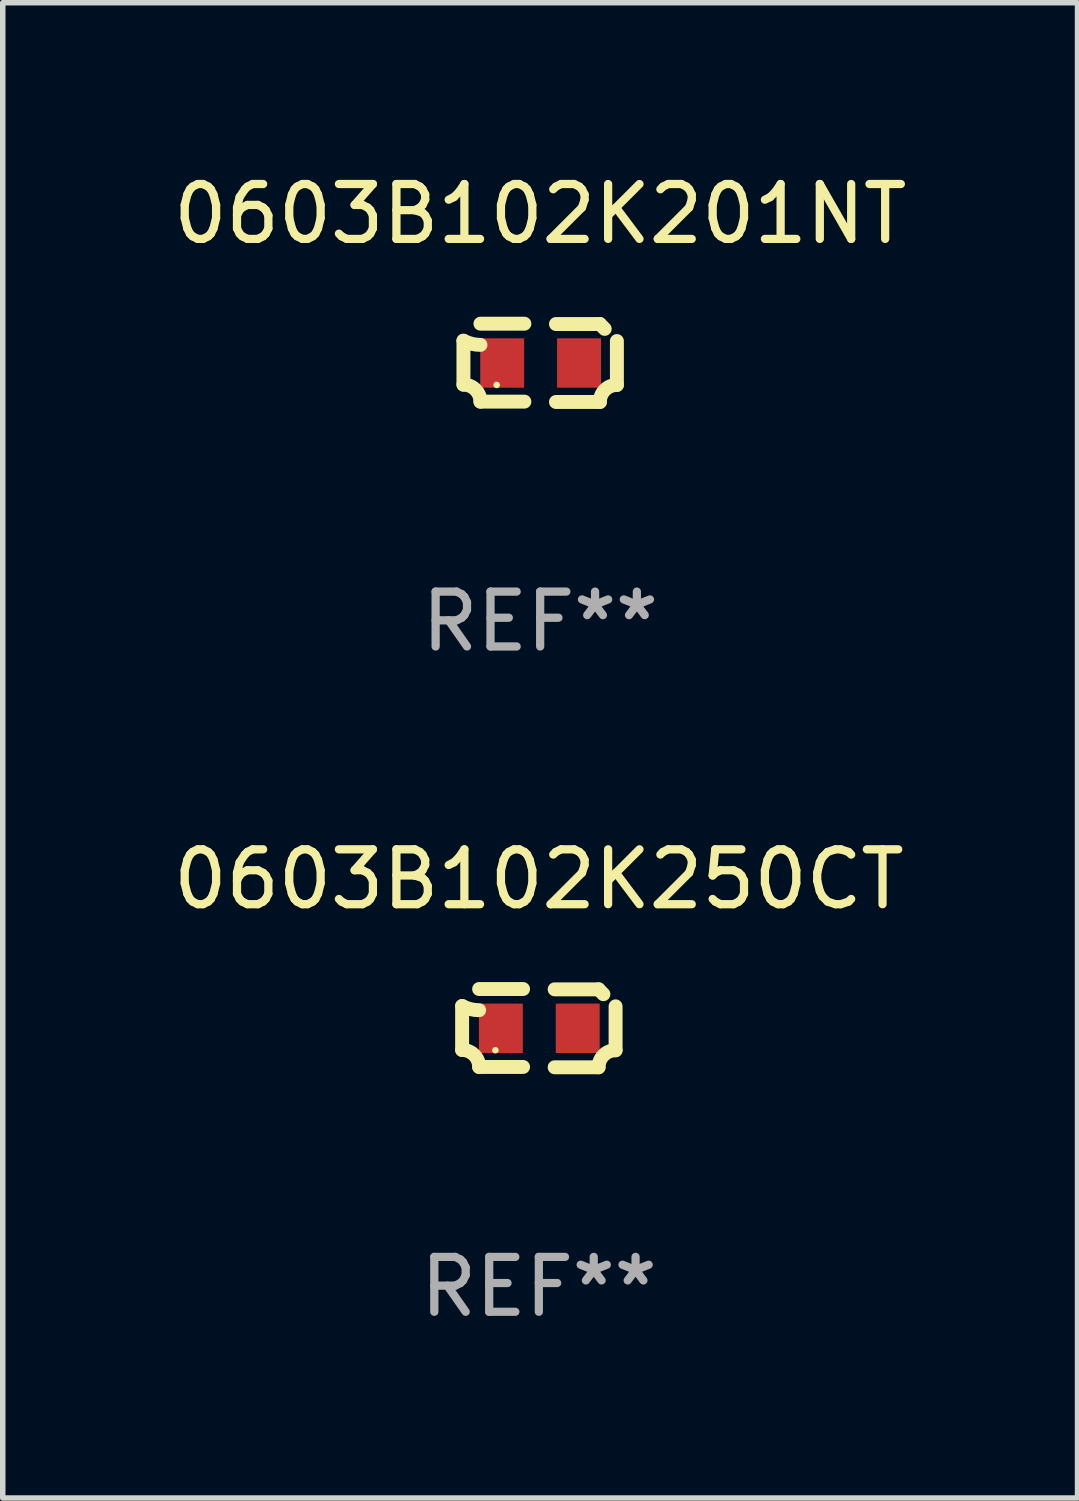
<source format=kicad_pcb>
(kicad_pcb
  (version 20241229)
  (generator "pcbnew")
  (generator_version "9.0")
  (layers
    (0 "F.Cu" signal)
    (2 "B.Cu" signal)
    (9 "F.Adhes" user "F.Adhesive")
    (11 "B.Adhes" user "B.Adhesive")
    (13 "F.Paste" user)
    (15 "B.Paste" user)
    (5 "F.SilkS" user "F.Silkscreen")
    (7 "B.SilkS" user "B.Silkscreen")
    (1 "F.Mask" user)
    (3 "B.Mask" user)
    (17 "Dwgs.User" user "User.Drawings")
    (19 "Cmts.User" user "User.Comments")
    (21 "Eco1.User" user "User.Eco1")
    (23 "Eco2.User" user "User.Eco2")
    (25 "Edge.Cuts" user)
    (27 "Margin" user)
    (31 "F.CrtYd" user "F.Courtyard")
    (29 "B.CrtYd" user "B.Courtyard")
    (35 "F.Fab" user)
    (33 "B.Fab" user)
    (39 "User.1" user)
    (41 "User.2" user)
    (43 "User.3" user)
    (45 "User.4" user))
  (footprint "0603B102K201NT"
    (layer "F.Cu")
    (at 6.792 3.561)
    (property "Reference" "0603B102K201NT" (at 0 -2.713 0) (layer "F.SilkS") (effects (font (size 1 1) (thickness 0.15))))
    (attr through_hole)
    (fp_line (start -1.398 -0.403) (end -1.398 0.397) (stroke (width 0.254) (type solid)) (layer "F.SilkS"))
    (fp_line (start -0.288 -0.713) (end -1.088 -0.713) (stroke (width 0.254) (type solid)) (layer "F.SilkS"))
    (fp_line (start -0.288 0.707) (end -1.088 0.707) (stroke (width 0.254) (type solid)) (layer "F.SilkS"))
    (fp_line (start 0.288 -0.707) (end 1.088 -0.707) (stroke (width 0.254) (type solid)) (layer "F.SilkS"))
    (fp_line (start 0.288 0.713) (end 1.088 0.713) (stroke (width 0.254) (type solid)) (layer "F.SilkS"))
    (fp_line (start 1.398 -0.397) (end 1.398 0.403) (stroke (width 0.254) (type solid)) (layer "F.SilkS"))
    (fp_arc (start -1.397789 0.397066) (mid -1.178701 0.487826) (end -1.08796 0.706922) (stroke (width 0.254001) (type solid)) (layer "F.SilkS"))
    (fp_arc (start -1.08796 -0.327176) (mid -1.247436 -0.346384) (end -1.39779 -0.402908) (stroke (width 0.254001) (type solid)) (layer "F.SilkS"))
    (fp_arc (start 1.087909 0.712738) (mid 1.178656 0.493655) (end 1.397739 0.402908) (stroke (width 0.254001) (type solid)) (layer "F.SilkS"))
    (fp_arc (start 1.175925 -0.618926) (mid 1.131917 -0.662923) (end 1.08791 -0.706922) (stroke (width 0.254001) (type solid)) (layer "F.SilkS"))
    (fp_circle (center -0.792 0.403) (end -0.762 0.403) (stroke (width 0.06) (type solid)) (fill no) (layer "F.SilkS"))
    (fp_text user "REF**" (at 0 4.713 0) (layer "F.Fab") (effects (font (size 1 1) (thickness 0.15))))
    (pad "1" smd rect (at -0.692 0.003) (size 0.8 0.9) (layers "F.Cu" "F.Mask" "F.Paste"))
    (pad "2" smd rect (at 0.708 0.003) (size 0.8 0.9) (layers "F.Cu" "F.Mask" "F.Paste")))
  (footprint "0603B102K250CT"
    (layer "F.Cu")
    (at 6.768 15.683)
    (property "Reference" "0603B102K250CT" (at 0 -2.713 0) (layer "F.SilkS") (effects (font (size 1 1) (thickness 0.15))))
    (attr through_hole)
    (fp_line (start -1.398 -0.403) (end -1.398 0.397) (stroke (width 0.254) (type solid)) (layer "F.SilkS"))
    (fp_line (start -0.288 -0.713) (end -1.088 -0.713) (stroke (width 0.254) (type solid)) (layer "F.SilkS"))
    (fp_line (start -0.288 0.707) (end -1.088 0.707) (stroke (width 0.254) (type solid)) (layer "F.SilkS"))
    (fp_line (start 0.288 -0.707) (end 1.088 -0.707) (stroke (width 0.254) (type solid)) (layer "F.SilkS"))
    (fp_line (start 0.288 0.713) (end 1.088 0.713) (stroke (width 0.254) (type solid)) (layer "F.SilkS"))
    (fp_line (start 1.398 -0.397) (end 1.398 0.403) (stroke (width 0.254) (type solid)) (layer "F.SilkS"))
    (fp_arc (start -1.397789 0.397066) (mid -1.178701 0.487826) (end -1.08796 0.706922) (stroke (width 0.254001) (type solid)) (layer "F.SilkS"))
    (fp_arc (start -1.08796 -0.327176) (mid -1.247436 -0.346384) (end -1.39779 -0.402908) (stroke (width 0.254001) (type solid)) (layer "F.SilkS"))
    (fp_arc (start 1.087909 0.712738) (mid 1.178656 0.493655) (end 1.397739 0.402908) (stroke (width 0.254001) (type solid)) (layer "F.SilkS"))
    (fp_arc (start 1.175925 -0.618926) (mid 1.131917 -0.662923) (end 1.08791 -0.706922) (stroke (width 0.254001) (type solid)) (layer "F.SilkS"))
    (fp_circle (center -0.792 0.403) (end -0.762 0.403) (stroke (width 0.06) (type solid)) (fill no) (layer "F.SilkS"))
    (fp_text user "REF**" (at 0 4.713 0) (layer "F.Fab") (effects (font (size 1 1) (thickness 0.15))))
    (pad "1" smd rect (at -0.692 0.003) (size 0.8 0.9) (layers "F.Cu" "F.Mask" "F.Paste"))
    (pad "2" smd rect (at 0.708 0.003) (size 0.8 0.9) (layers "F.Cu" "F.Mask" "F.Paste")))
  (gr_rect
    (start -3 -3)
    (end 16.583 24.244)
    (stroke (width 0.1) (type default))
    (fill no)
    (layer "Edge.Cuts")))
</source>
